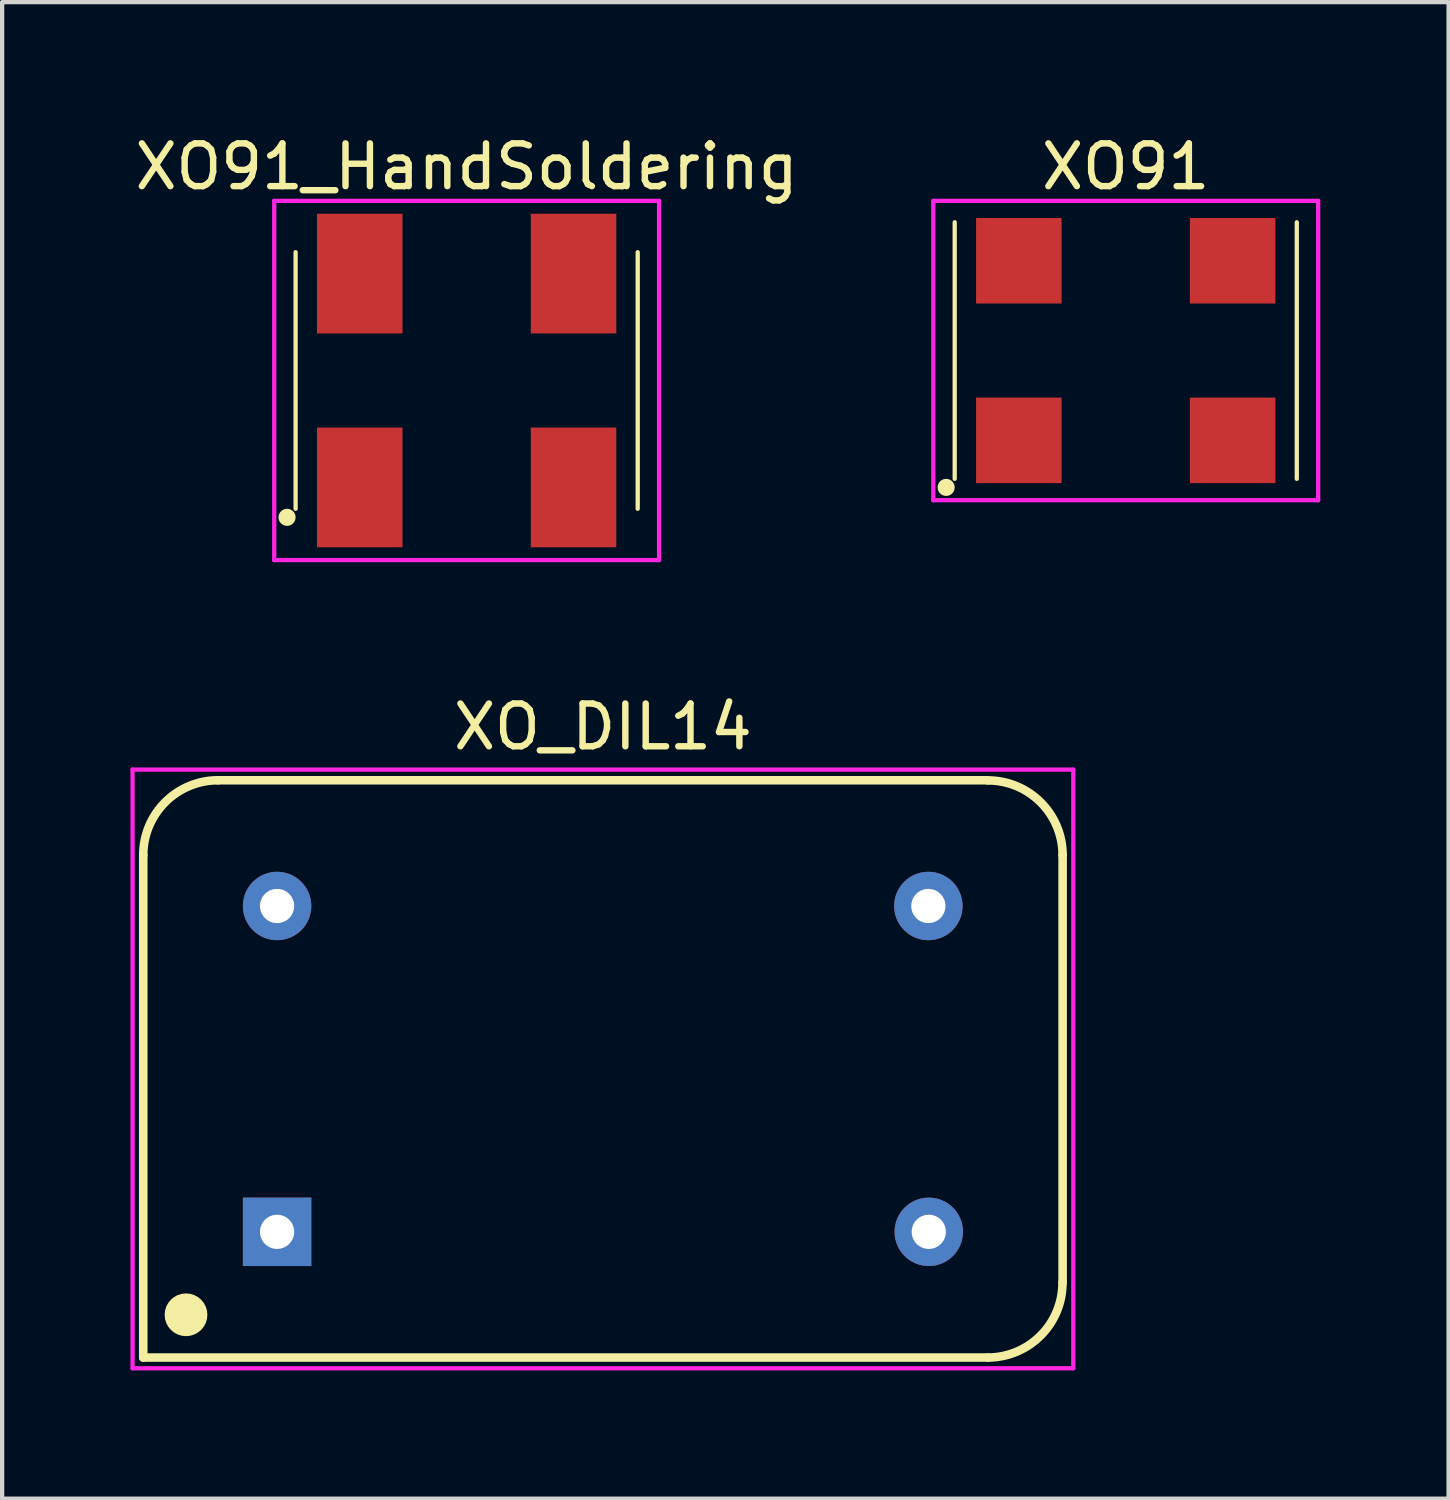
<source format=kicad_pcb>
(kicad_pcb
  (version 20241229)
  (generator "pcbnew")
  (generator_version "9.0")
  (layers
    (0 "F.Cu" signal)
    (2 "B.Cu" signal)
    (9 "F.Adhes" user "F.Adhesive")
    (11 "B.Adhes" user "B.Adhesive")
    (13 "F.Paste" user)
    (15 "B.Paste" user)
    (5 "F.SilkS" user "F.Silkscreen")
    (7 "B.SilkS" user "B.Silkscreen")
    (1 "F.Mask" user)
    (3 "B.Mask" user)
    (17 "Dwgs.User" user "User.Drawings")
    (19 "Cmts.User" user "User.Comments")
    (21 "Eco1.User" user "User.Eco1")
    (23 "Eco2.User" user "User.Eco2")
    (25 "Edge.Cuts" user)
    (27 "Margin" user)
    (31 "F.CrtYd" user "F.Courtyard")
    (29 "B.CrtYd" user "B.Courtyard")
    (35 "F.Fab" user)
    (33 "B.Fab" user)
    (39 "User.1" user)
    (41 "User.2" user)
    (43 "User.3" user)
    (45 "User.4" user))
  (footprint "XO91_HandSoldering"
    (layer "F.Cu")
    (at 7.863 5.848)
    (property "Reference" "XO91_HandSoldering" (at 0 -5 0) (layer "F.SilkS") (effects (font (size 1 1) (thickness 0.15))))
    (attr through_hole)
    (fp_line (start -4 -3) (end -4 3) (stroke (width 0.1) (type solid)) (layer "F.SilkS"))
    (fp_line (start 4 -3) (end 4 3) (stroke (width 0.1) (type solid)) (layer "F.SilkS"))
    (fp_circle (center -4.2 3.2) (end -4.1 3.2) (stroke (width 0.2) (type solid)) (fill no) (layer "F.SilkS"))
    (fp_line (start -4.5 -4.2) (end 4.5 -4.2) (stroke (width 0.1) (type solid)) (layer "F.CrtYd"))
    (fp_line (start -4.5 4.2) (end -4.5 -4.2) (stroke (width 0.1) (type solid)) (layer "F.CrtYd"))
    (fp_line (start 4.5 -4.2) (end 4.5 4.2) (stroke (width 0.1) (type solid)) (layer "F.CrtYd"))
    (fp_line (start 4.5 4.2) (end -4.5 4.2) (stroke (width 0.1) (type solid)) (layer "F.CrtYd"))
    (pad "1" smd rect (at -2.5 2.5) (size 2 2.8) (layers "F.Cu" "F.Mask" "F.Paste"))
    (pad "2" smd rect (at 2.5 2.5) (size 2 2.8) (layers "F.Cu" "F.Mask" "F.Paste"))
    (pad "3" smd rect (at 2.5 -2.5) (size 2 2.8) (layers "F.Cu" "F.Mask" "F.Paste"))
    (pad "4" smd rect (at -2.5 -2.5) (size 2 2.8) (layers "F.Cu" "F.Mask" "F.Paste")))
  (footprint "XO91"
    (layer "F.Cu")
    (at 23.276 5.148)
    (property "Reference" "XO91" (at 0 -4.3 0) (layer "F.SilkS") (effects (font (size 1 1) (thickness 0.15))))
    (attr through_hole)
    (fp_line (start -4 -3) (end -4 3) (stroke (width 0.1) (type solid)) (layer "F.SilkS"))
    (fp_line (start 4 -3) (end 4 3) (stroke (width 0.1) (type solid)) (layer "F.SilkS"))
    (fp_circle (center -4.2 3.2) (end -4.1 3.2) (stroke (width 0.2) (type solid)) (fill no) (layer "F.SilkS"))
    (fp_line (start -4.5 -3.5) (end 4.5 -3.5) (stroke (width 0.1) (type solid)) (layer "F.CrtYd"))
    (fp_line (start -4.5 3.5) (end -4.5 -3.5) (stroke (width 0.1) (type solid)) (layer "F.CrtYd"))
    (fp_line (start 4.5 -3.5) (end 4.5 3.5) (stroke (width 0.1) (type solid)) (layer "F.CrtYd"))
    (fp_line (start 4.5 3.5) (end -4.5 3.5) (stroke (width 0.1) (type solid)) (layer "F.CrtYd"))
    (pad "1" smd rect (at -2.5 2.1) (size 2 2) (layers "F.Cu" "F.Mask" "F.Paste"))
    (pad "2" smd rect (at 2.5 2.1) (size 2 2) (layers "F.Cu" "F.Mask" "F.Paste"))
    (pad "3" smd rect (at 2.5 -2.1) (size 2 2) (layers "F.Cu" "F.Mask" "F.Paste"))
    (pad "4" smd rect (at -2.5 -2.1) (size 2 2) (layers "F.Cu" "F.Mask" "F.Paste")))
  (footprint "XO_DIL14"
    (layer "F.Cu")
    (at 11.05 21.947)
    (property "Reference" "XO_DIL14" (at 0 -8 0) (layer "F.SilkS") (effects (font (size 1 1) (thickness 0.15))))
    (attr through_hole)
    (fp_line (start -10.75 6.75) (end -10.75 -5) (stroke (width 0.2) (type solid)) (layer "F.SilkS"))
    (fp_line (start -10.75 6.75) (end 9 6.75) (stroke (width 0.2) (type solid)) (layer "F.SilkS"))
    (fp_line (start -9 -6.75) (end 9 -6.75) (stroke (width 0.2) (type solid)) (layer "F.SilkS"))
    (fp_line (start 10.75 -5) (end 10.75 5) (stroke (width 0.2) (type solid)) (layer "F.SilkS"))
    (fp_arc (start -10.75 -5) (mid -10.238516 -6.236357) (end -9.003054 -6.749997) (stroke (width 0.2) (type solid)) (layer "F.SilkS"))
    (fp_arc (start 9.000003 -6.746946) (mid 10.23636 -6.235462) (end 10.75 -5) (stroke (width 0.2) (type solid)) (layer "F.SilkS"))
    (fp_arc (start 10.746946 5.000003) (mid 10.235462 6.23636) (end 9 6.75) (stroke (width 0.2) (type solid)) (layer "F.SilkS"))
    (fp_circle (center -9.75 5.75) (end -9.5 5.75) (stroke (width 0.5) (type solid)) (fill no) (layer "F.SilkS"))
    (fp_line (start -11 -7) (end -11 7) (stroke (width 0.1) (type solid)) (layer "F.CrtYd"))
    (fp_line (start -11 7) (end 11 7) (stroke (width 0.1) (type solid)) (layer "F.CrtYd"))
    (fp_line (start 11 -7) (end -11 -7) (stroke (width 0.1) (type solid)) (layer "F.CrtYd"))
    (fp_line (start 11 7) (end 11 -7) (stroke (width 0.1) (type solid)) (layer "F.CrtYd"))
    (pad "1" thru_hole rect (at -7.62 3.81) (size 1.6 1.6) (drill 0.8) (layers "*.Cu" "*.Mask"))
    (pad "2" thru_hole circle (at 7.62 3.81) (size 1.6 1.6) (drill 0.8) (layers "*.Cu" "*.Mask"))
    (pad "3" thru_hole circle (at 7.61 -3.81) (size 1.6 1.6) (drill 0.8) (layers "*.Cu" "*.Mask"))
    (pad "4" thru_hole circle (at -7.62 -3.81) (size 1.6 1.6) (drill 0.8) (layers "*.Cu" "*.Mask")))
  (gr_rect
    (start -3 -3)
    (end 30.826 31.997)
    (stroke (width 0.1) (type default))
    (fill no)
    (layer "Edge.Cuts")))
</source>
